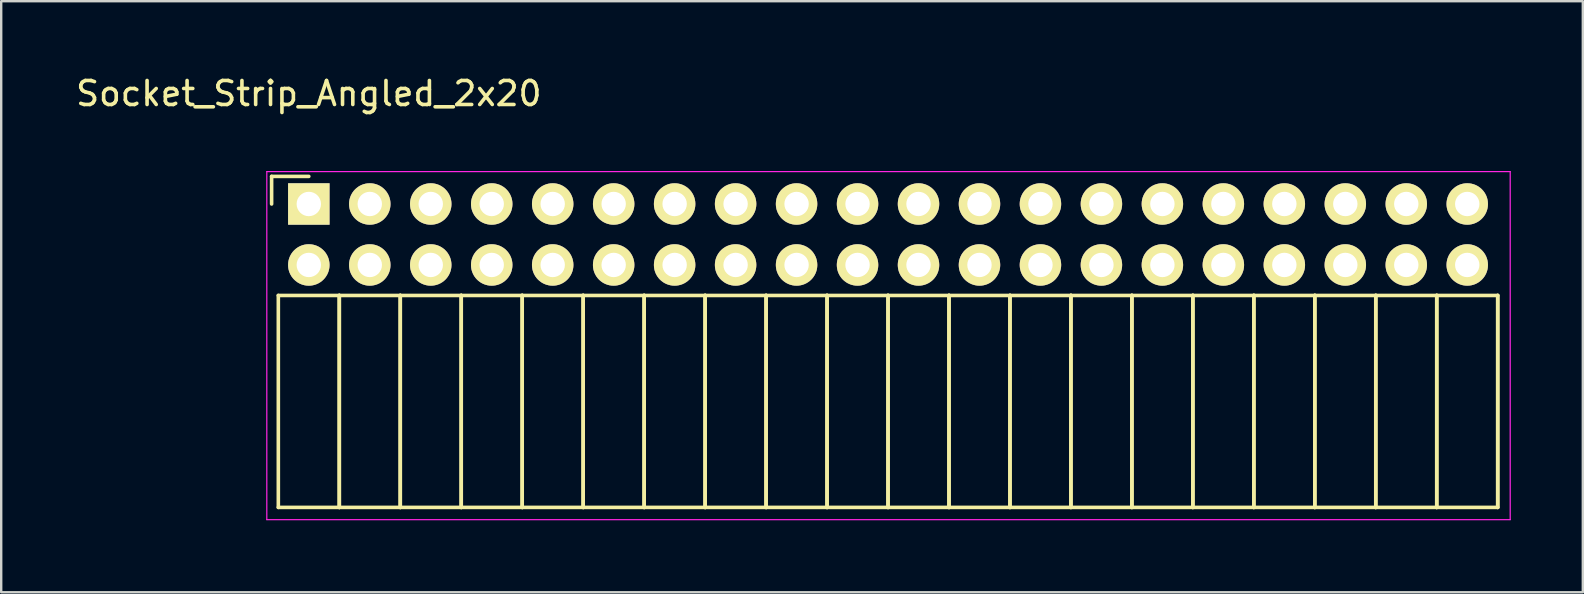
<source format=kicad_pcb>
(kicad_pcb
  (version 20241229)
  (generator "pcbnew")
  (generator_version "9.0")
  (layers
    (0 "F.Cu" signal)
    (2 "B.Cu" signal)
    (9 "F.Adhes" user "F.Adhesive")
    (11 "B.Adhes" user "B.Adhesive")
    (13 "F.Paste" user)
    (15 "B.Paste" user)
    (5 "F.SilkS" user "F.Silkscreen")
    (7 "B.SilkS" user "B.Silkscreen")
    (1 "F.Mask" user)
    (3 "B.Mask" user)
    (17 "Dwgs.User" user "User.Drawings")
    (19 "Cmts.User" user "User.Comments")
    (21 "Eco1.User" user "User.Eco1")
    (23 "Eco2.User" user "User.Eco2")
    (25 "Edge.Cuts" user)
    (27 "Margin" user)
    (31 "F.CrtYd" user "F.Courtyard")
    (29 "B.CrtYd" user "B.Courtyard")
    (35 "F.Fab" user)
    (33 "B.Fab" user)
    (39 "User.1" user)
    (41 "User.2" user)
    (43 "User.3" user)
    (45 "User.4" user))
  (footprint "Socket_Strip_Angled_2x20"
    (layer "F.Cu")
    (at 9.815 5.448)
    (property "Reference" "Socket_Strip_Angled_2x20" (at 0 -4.6 0) (layer "F.SilkS") (effects (font (size 1 1) (thickness 0.15))))
    (attr through_hole)
    (fp_line (start -1.55 -1.15) (end -1.55 0) (stroke (width 0.15) (type solid)) (layer "F.SilkS"))
    (fp_line (start -1.27 3.81) (end -1.27 12.64) (stroke (width 0.15) (type solid)) (layer "F.SilkS"))
    (fp_line (start -1.27 3.81) (end 1.27 3.81) (stroke (width 0.15) (type solid)) (layer "F.SilkS"))
    (fp_line (start -1.27 12.64) (end 1.27 12.64) (stroke (width 0.15) (type solid)) (layer "F.SilkS"))
    (fp_line (start 0 -1.15) (end -1.55 -1.15) (stroke (width 0.15) (type solid)) (layer "F.SilkS"))
    (fp_line (start 1.27 3.81) (end 1.27 12.64) (stroke (width 0.15) (type solid)) (layer "F.SilkS"))
    (fp_line (start 1.27 3.81) (end 3.81 3.81) (stroke (width 0.15) (type solid)) (layer "F.SilkS"))
    (fp_line (start 1.27 12.64) (end 1.27 3.81) (stroke (width 0.15) (type solid)) (layer "F.SilkS"))
    (fp_line (start 1.27 12.64) (end 3.81 12.64) (stroke (width 0.15) (type solid)) (layer "F.SilkS"))
    (fp_line (start 3.81 3.81) (end 3.81 12.64) (stroke (width 0.15) (type solid)) (layer "F.SilkS"))
    (fp_line (start 3.81 3.81) (end 6.35 3.81) (stroke (width 0.15) (type solid)) (layer "F.SilkS"))
    (fp_line (start 3.81 12.64) (end 3.81 3.81) (stroke (width 0.15) (type solid)) (layer "F.SilkS"))
    (fp_line (start 3.81 12.64) (end 6.35 12.64) (stroke (width 0.15) (type solid)) (layer "F.SilkS"))
    (fp_line (start 6.35 3.81) (end 6.35 12.64) (stroke (width 0.15) (type solid)) (layer "F.SilkS"))
    (fp_line (start 6.35 3.81) (end 8.89 3.81) (stroke (width 0.15) (type solid)) (layer "F.SilkS"))
    (fp_line (start 6.35 12.64) (end 6.35 3.81) (stroke (width 0.15) (type solid)) (layer "F.SilkS"))
    (fp_line (start 6.35 12.64) (end 8.89 12.64) (stroke (width 0.15) (type solid)) (layer "F.SilkS"))
    (fp_line (start 8.89 3.81) (end 8.89 12.64) (stroke (width 0.15) (type solid)) (layer "F.SilkS"))
    (fp_line (start 8.89 3.81) (end 11.43 3.81) (stroke (width 0.15) (type solid)) (layer "F.SilkS"))
    (fp_line (start 8.89 12.64) (end 8.89 3.81) (stroke (width 0.15) (type solid)) (layer "F.SilkS"))
    (fp_line (start 8.89 12.64) (end 11.43 12.64) (stroke (width 0.15) (type solid)) (layer "F.SilkS"))
    (fp_line (start 11.43 3.81) (end 11.43 12.64) (stroke (width 0.15) (type solid)) (layer "F.SilkS"))
    (fp_line (start 11.43 3.81) (end 13.97 3.81) (stroke (width 0.15) (type solid)) (layer "F.SilkS"))
    (fp_line (start 11.43 12.64) (end 11.43 3.81) (stroke (width 0.15) (type solid)) (layer "F.SilkS"))
    (fp_line (start 11.43 12.64) (end 13.97 12.64) (stroke (width 0.15) (type solid)) (layer "F.SilkS"))
    (fp_line (start 13.97 3.81) (end 13.97 12.64) (stroke (width 0.15) (type solid)) (layer "F.SilkS"))
    (fp_line (start 13.97 3.81) (end 16.51 3.81) (stroke (width 0.15) (type solid)) (layer "F.SilkS"))
    (fp_line (start 13.97 12.64) (end 13.97 3.81) (stroke (width 0.15) (type solid)) (layer "F.SilkS"))
    (fp_line (start 13.97 12.64) (end 16.51 12.64) (stroke (width 0.15) (type solid)) (layer "F.SilkS"))
    (fp_line (start 16.51 3.81) (end 16.51 12.64) (stroke (width 0.15) (type solid)) (layer "F.SilkS"))
    (fp_line (start 16.51 3.81) (end 19.05 3.81) (stroke (width 0.15) (type solid)) (layer "F.SilkS"))
    (fp_line (start 16.51 12.64) (end 16.51 3.81) (stroke (width 0.15) (type solid)) (layer "F.SilkS"))
    (fp_line (start 16.51 12.64) (end 19.05 12.64) (stroke (width 0.15) (type solid)) (layer "F.SilkS"))
    (fp_line (start 19.05 3.81) (end 19.05 12.64) (stroke (width 0.15) (type solid)) (layer "F.SilkS"))
    (fp_line (start 19.05 3.81) (end 21.59 3.81) (stroke (width 0.15) (type solid)) (layer "F.SilkS"))
    (fp_line (start 19.05 12.64) (end 19.05 3.81) (stroke (width 0.15) (type solid)) (layer "F.SilkS"))
    (fp_line (start 19.05 12.64) (end 21.59 12.64) (stroke (width 0.15) (type solid)) (layer "F.SilkS"))
    (fp_line (start 21.59 3.81) (end 21.59 12.64) (stroke (width 0.15) (type solid)) (layer "F.SilkS"))
    (fp_line (start 21.59 3.81) (end 24.13 3.81) (stroke (width 0.15) (type solid)) (layer "F.SilkS"))
    (fp_line (start 21.59 12.64) (end 21.59 3.81) (stroke (width 0.15) (type solid)) (layer "F.SilkS"))
    (fp_line (start 21.59 12.64) (end 24.13 12.64) (stroke (width 0.15) (type solid)) (layer "F.SilkS"))
    (fp_line (start 24.13 3.81) (end 24.13 12.64) (stroke (width 0.15) (type solid)) (layer "F.SilkS"))
    (fp_line (start 24.13 3.81) (end 26.67 3.81) (stroke (width 0.15) (type solid)) (layer "F.SilkS"))
    (fp_line (start 24.13 12.64) (end 24.13 3.81) (stroke (width 0.15) (type solid)) (layer "F.SilkS"))
    (fp_line (start 24.13 12.64) (end 26.67 12.64) (stroke (width 0.15) (type solid)) (layer "F.SilkS"))
    (fp_line (start 26.67 3.81) (end 26.67 12.64) (stroke (width 0.15) (type solid)) (layer "F.SilkS"))
    (fp_line (start 26.67 3.81) (end 29.21 3.81) (stroke (width 0.15) (type solid)) (layer "F.SilkS"))
    (fp_line (start 26.67 12.64) (end 26.67 3.81) (stroke (width 0.15) (type solid)) (layer "F.SilkS"))
    (fp_line (start 26.67 12.64) (end 29.21 12.64) (stroke (width 0.15) (type solid)) (layer "F.SilkS"))
    (fp_line (start 29.21 3.81) (end 29.21 12.64) (stroke (width 0.15) (type solid)) (layer "F.SilkS"))
    (fp_line (start 29.21 3.81) (end 31.75 3.81) (stroke (width 0.15) (type solid)) (layer "F.SilkS"))
    (fp_line (start 29.21 12.64) (end 29.21 3.81) (stroke (width 0.15) (type solid)) (layer "F.SilkS"))
    (fp_line (start 29.21 12.64) (end 31.75 12.64) (stroke (width 0.15) (type solid)) (layer "F.SilkS"))
    (fp_line (start 31.75 3.81) (end 31.75 12.64) (stroke (width 0.15) (type solid)) (layer "F.SilkS"))
    (fp_line (start 31.75 3.81) (end 34.29 3.81) (stroke (width 0.15) (type solid)) (layer "F.SilkS"))
    (fp_line (start 31.75 12.64) (end 31.75 3.81) (stroke (width 0.15) (type solid)) (layer "F.SilkS"))
    (fp_line (start 31.75 12.64) (end 34.29 12.64) (stroke (width 0.15) (type solid)) (layer "F.SilkS"))
    (fp_line (start 34.29 3.81) (end 34.29 12.64) (stroke (width 0.15) (type solid)) (layer "F.SilkS"))
    (fp_line (start 34.29 3.81) (end 36.83 3.81) (stroke (width 0.15) (type solid)) (layer "F.SilkS"))
    (fp_line (start 34.29 12.64) (end 34.29 3.81) (stroke (width 0.15) (type solid)) (layer "F.SilkS"))
    (fp_line (start 34.29 12.64) (end 36.83 12.64) (stroke (width 0.15) (type solid)) (layer "F.SilkS"))
    (fp_line (start 36.83 3.81) (end 36.83 12.64) (stroke (width 0.15) (type solid)) (layer "F.SilkS"))
    (fp_line (start 36.83 3.81) (end 39.37 3.81) (stroke (width 0.15) (type solid)) (layer "F.SilkS"))
    (fp_line (start 36.83 12.64) (end 36.83 3.81) (stroke (width 0.15) (type solid)) (layer "F.SilkS"))
    (fp_line (start 36.83 12.64) (end 39.37 12.64) (stroke (width 0.15) (type solid)) (layer "F.SilkS"))
    (fp_line (start 39.37 3.81) (end 39.37 12.64) (stroke (width 0.15) (type solid)) (layer "F.SilkS"))
    (fp_line (start 39.37 3.81) (end 41.91 3.81) (stroke (width 0.15) (type solid)) (layer "F.SilkS"))
    (fp_line (start 39.37 12.64) (end 39.37 3.81) (stroke (width 0.15) (type solid)) (layer "F.SilkS"))
    (fp_line (start 39.37 12.64) (end 41.91 12.64) (stroke (width 0.15) (type solid)) (layer "F.SilkS"))
    (fp_line (start 41.91 3.81) (end 41.91 12.64) (stroke (width 0.15) (type solid)) (layer "F.SilkS"))
    (fp_line (start 41.91 3.81) (end 44.45 3.81) (stroke (width 0.15) (type solid)) (layer "F.SilkS"))
    (fp_line (start 41.91 12.64) (end 41.91 3.81) (stroke (width 0.15) (type solid)) (layer "F.SilkS"))
    (fp_line (start 41.91 12.64) (end 44.45 12.64) (stroke (width 0.15) (type solid)) (layer "F.SilkS"))
    (fp_line (start 44.45 3.81) (end 44.45 12.64) (stroke (width 0.15) (type solid)) (layer "F.SilkS"))
    (fp_line (start 44.45 3.81) (end 46.99 3.81) (stroke (width 0.15) (type solid)) (layer "F.SilkS"))
    (fp_line (start 44.45 12.64) (end 44.45 3.81) (stroke (width 0.15) (type solid)) (layer "F.SilkS"))
    (fp_line (start 44.45 12.64) (end 46.99 12.64) (stroke (width 0.15) (type solid)) (layer "F.SilkS"))
    (fp_line (start 46.99 3.81) (end 46.99 12.64) (stroke (width 0.15) (type solid)) (layer "F.SilkS"))
    (fp_line (start 46.99 3.81) (end 49.53 3.81) (stroke (width 0.15) (type solid)) (layer "F.SilkS"))
    (fp_line (start 46.99 12.64) (end 46.99 3.81) (stroke (width 0.15) (type solid)) (layer "F.SilkS"))
    (fp_line (start 46.99 12.64) (end 49.53 12.64) (stroke (width 0.15) (type solid)) (layer "F.SilkS"))
    (fp_line (start 49.53 3.81) (end 49.53 12.64) (stroke (width 0.15) (type solid)) (layer "F.SilkS"))
    (fp_line (start 49.53 12.64) (end 49.53 3.81) (stroke (width 0.15) (type solid)) (layer "F.SilkS"))
    (fp_line (start -1.75 -1.35) (end -1.75 13.15) (stroke (width 0.05) (type solid)) (layer "F.CrtYd"))
    (fp_line (start -1.75 -1.35) (end 50.05 -1.35) (stroke (width 0.05) (type solid)) (layer "F.CrtYd"))
    (fp_line (start -1.75 13.15) (end 50.05 13.15) (stroke (width 0.05) (type solid)) (layer "F.CrtYd"))
    (fp_line (start 50.05 -1.35) (end 50.05 13.15) (stroke (width 0.05) (type solid)) (layer "F.CrtYd"))
    (pad "1" thru_hole rect (at 0 0) (size 1.727 1.727) (drill 1.016) (layers "*.Cu" "*.Mask" "F.SilkS"))
    (pad "2" thru_hole oval (at 0 2.54) (size 1.727 1.727) (drill 1.016) (layers "*.Cu" "*.Mask" "F.SilkS"))
    (pad "3" thru_hole oval (at 2.54 0) (size 1.727 1.727) (drill 1.016) (layers "*.Cu" "*.Mask" "F.SilkS"))
    (pad "4" thru_hole oval (at 2.54 2.54) (size 1.727 1.727) (drill 1.016) (layers "*.Cu" "*.Mask" "F.SilkS"))
    (pad "5" thru_hole oval (at 5.08 0) (size 1.727 1.727) (drill 1.016) (layers "*.Cu" "*.Mask" "F.SilkS"))
    (pad "6" thru_hole oval (at 5.08 2.54) (size 1.727 1.727) (drill 1.016) (layers "*.Cu" "*.Mask" "F.SilkS"))
    (pad "7" thru_hole oval (at 7.62 0) (size 1.727 1.727) (drill 1.016) (layers "*.Cu" "*.Mask" "F.SilkS"))
    (pad "8" thru_hole oval (at 7.62 2.54) (size 1.727 1.727) (drill 1.016) (layers "*.Cu" "*.Mask" "F.SilkS"))
    (pad "9" thru_hole oval (at 10.16 0) (size 1.727 1.727) (drill 1.016) (layers "*.Cu" "*.Mask" "F.SilkS"))
    (pad "10" thru_hole oval (at 10.16 2.54) (size 1.727 1.727) (drill 1.016) (layers "*.Cu" "*.Mask" "F.SilkS"))
    (pad "11" thru_hole oval (at 12.7 0) (size 1.727 1.727) (drill 1.016) (layers "*.Cu" "*.Mask" "F.SilkS"))
    (pad "12" thru_hole oval (at 12.7 2.54) (size 1.727 1.727) (drill 1.016) (layers "*.Cu" "*.Mask" "F.SilkS"))
    (pad "13" thru_hole oval (at 15.24 0) (size 1.727 1.727) (drill 1.016) (layers "*.Cu" "*.Mask" "F.SilkS"))
    (pad "14" thru_hole oval (at 15.24 2.54) (size 1.727 1.727) (drill 1.016) (layers "*.Cu" "*.Mask" "F.SilkS"))
    (pad "15" thru_hole oval (at 17.78 0) (size 1.727 1.727) (drill 1.016) (layers "*.Cu" "*.Mask" "F.SilkS"))
    (pad "16" thru_hole oval (at 17.78 2.54) (size 1.727 1.727) (drill 1.016) (layers "*.Cu" "*.Mask" "F.SilkS"))
    (pad "17" thru_hole oval (at 20.32 0) (size 1.727 1.727) (drill 1.016) (layers "*.Cu" "*.Mask" "F.SilkS"))
    (pad "18" thru_hole oval (at 20.32 2.54) (size 1.727 1.727) (drill 1.016) (layers "*.Cu" "*.Mask" "F.SilkS"))
    (pad "19" thru_hole oval (at 22.86 0) (size 1.727 1.727) (drill 1.016) (layers "*.Cu" "*.Mask" "F.SilkS"))
    (pad "20" thru_hole oval (at 22.86 2.54) (size 1.727 1.727) (drill 1.016) (layers "*.Cu" "*.Mask" "F.SilkS"))
    (pad "21" thru_hole oval (at 25.4 0) (size 1.727 1.727) (drill 1.016) (layers "*.Cu" "*.Mask" "F.SilkS"))
    (pad "22" thru_hole oval (at 25.4 2.54) (size 1.727 1.727) (drill 1.016) (layers "*.Cu" "*.Mask" "F.SilkS"))
    (pad "23" thru_hole oval (at 27.94 0) (size 1.727 1.727) (drill 1.016) (layers "*.Cu" "*.Mask" "F.SilkS"))
    (pad "24" thru_hole oval (at 27.94 2.54) (size 1.727 1.727) (drill 1.016) (layers "*.Cu" "*.Mask" "F.SilkS"))
    (pad "25" thru_hole oval (at 30.48 0) (size 1.727 1.727) (drill 1.016) (layers "*.Cu" "*.Mask" "F.SilkS"))
    (pad "26" thru_hole oval (at 30.48 2.54) (size 1.727 1.727) (drill 1.016) (layers "*.Cu" "*.Mask" "F.SilkS"))
    (pad "27" thru_hole oval (at 33.02 0) (size 1.727 1.727) (drill 1.016) (layers "*.Cu" "*.Mask" "F.SilkS"))
    (pad "28" thru_hole oval (at 33.02 2.54) (size 1.727 1.727) (drill 1.016) (layers "*.Cu" "*.Mask" "F.SilkS"))
    (pad "29" thru_hole oval (at 35.56 0) (size 1.727 1.727) (drill 1.016) (layers "*.Cu" "*.Mask" "F.SilkS"))
    (pad "30" thru_hole oval (at 35.56 2.54) (size 1.727 1.727) (drill 1.016) (layers "*.Cu" "*.Mask" "F.SilkS"))
    (pad "31" thru_hole oval (at 38.1 0) (size 1.727 1.727) (drill 1.016) (layers "*.Cu" "*.Mask" "F.SilkS"))
    (pad "32" thru_hole oval (at 38.1 2.54) (size 1.727 1.727) (drill 1.016) (layers "*.Cu" "*.Mask" "F.SilkS"))
    (pad "33" thru_hole oval (at 40.64 0) (size 1.727 1.727) (drill 1.016) (layers "*.Cu" "*.Mask" "F.SilkS"))
    (pad "34" thru_hole oval (at 40.64 2.54) (size 1.727 1.727) (drill 1.016) (layers "*.Cu" "*.Mask" "F.SilkS"))
    (pad "35" thru_hole oval (at 43.18 0) (size 1.727 1.727) (drill 1.016) (layers "*.Cu" "*.Mask" "F.SilkS"))
    (pad "36" thru_hole oval (at 43.18 2.54) (size 1.727 1.727) (drill 1.016) (layers "*.Cu" "*.Mask" "F.SilkS"))
    (pad "37" thru_hole oval (at 45.72 0) (size 1.727 1.727) (drill 1.016) (layers "*.Cu" "*.Mask" "F.SilkS"))
    (pad "38" thru_hole oval (at 45.72 2.54) (size 1.727 1.727) (drill 1.016) (layers "*.Cu" "*.Mask" "F.SilkS"))
    (pad "39" thru_hole oval (at 48.26 0) (size 1.727 1.727) (drill 1.016) (layers "*.Cu" "*.Mask" "F.SilkS"))
    (pad "40" thru_hole oval (at 48.26 2.54) (size 1.727 1.727) (drill 1.016) (layers "*.Cu" "*.Mask" "F.SilkS")))
  (gr_rect
    (start -3 -3)
    (end 62.89 21.623)
    (stroke (width 0.1) (type default))
    (fill no)
    (layer "Edge.Cuts")))
</source>
